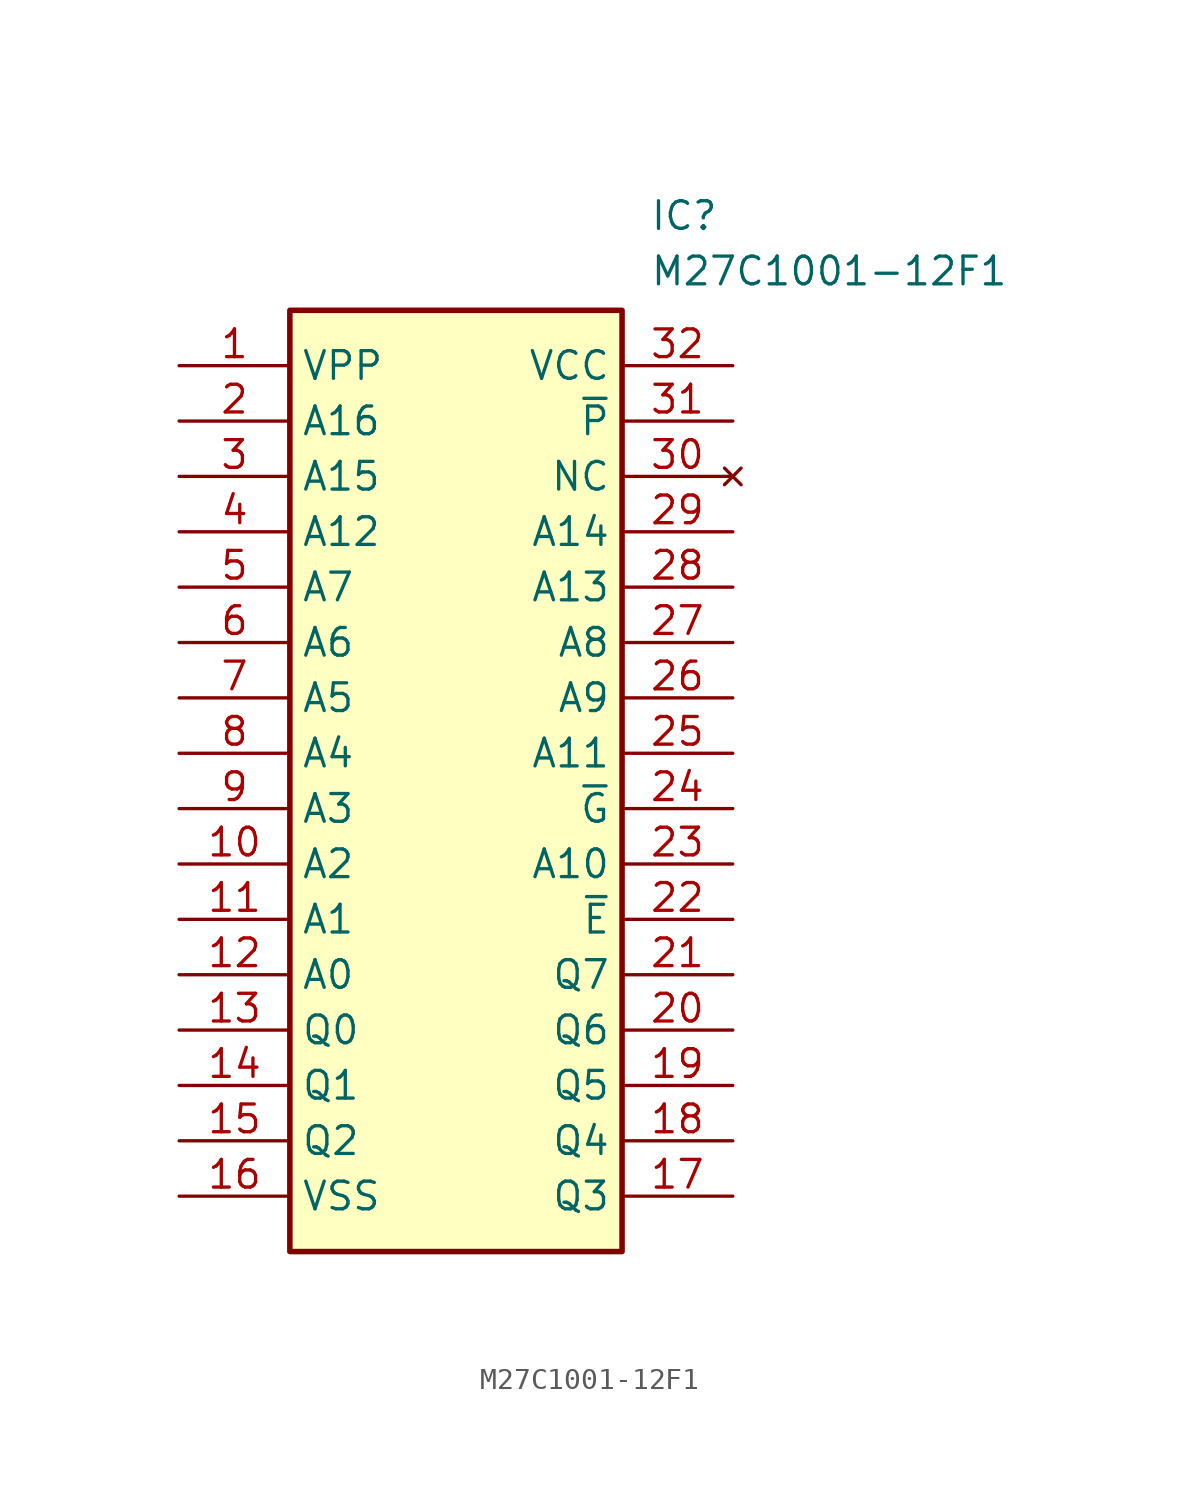
<source format=kicad_sym>
(kicad_symbol_lib
  (version 20211014)
  (generator SamacSys_ECAD_Model)
  (symbol "M27C1001-12F1"
    (property "Reference" "IC"
      (at 21.59 7.62 0)
      (effects (font (size 1.27 1.27)) (justify left top)))
    (property "Value" "M27C1001-12F1"
      (at 21.59 5.08 0)
      (effects (font (size 1.27 1.27)) (justify left top)))
    (rectangle
      (start 5.08 2.54)
      (end 20.32 -40.64)
      (stroke (width 0.254) (type default))
      (fill (type background)))
    (pin passive line
      (at 0 0 0)
      (length 5.08)
      (name "VPP" (effects (font (size 1.27 1.27))))
      (number "1" (effects (font (size 1.27 1.27)))))
    (pin passive line
      (at 0 -2.54 0)
      (length 5.08)
      (name "A16" (effects (font (size 1.27 1.27))))
      (number "2" (effects (font (size 1.27 1.27)))))
    (pin passive line
      (at 0 -5.08 0)
      (length 5.08)
      (name "A15" (effects (font (size 1.27 1.27))))
      (number "3" (effects (font (size 1.27 1.27)))))
    (pin passive line
      (at 0 -7.62 0)
      (length 5.08)
      (name "A12" (effects (font (size 1.27 1.27))))
      (number "4" (effects (font (size 1.27 1.27)))))
    (pin passive line
      (at 0 -10.16 0)
      (length 5.08)
      (name "A7" (effects (font (size 1.27 1.27))))
      (number "5" (effects (font (size 1.27 1.27)))))
    (pin passive line
      (at 0 -12.7 0)
      (length 5.08)
      (name "A6" (effects (font (size 1.27 1.27))))
      (number "6" (effects (font (size 1.27 1.27)))))
    (pin passive line
      (at 0 -15.24 0)
      (length 5.08)
      (name "A5" (effects (font (size 1.27 1.27))))
      (number "7" (effects (font (size 1.27 1.27)))))
    (pin passive line
      (at 0 -17.78 0)
      (length 5.08)
      (name "A4" (effects (font (size 1.27 1.27))))
      (number "8" (effects (font (size 1.27 1.27)))))
    (pin passive line
      (at 0 -20.32 0)
      (length 5.08)
      (name "A3" (effects (font (size 1.27 1.27))))
      (number "9" (effects (font (size 1.27 1.27)))))
    (pin passive line
      (at 0 -22.86 0)
      (length 5.08)
      (name "A2" (effects (font (size 1.27 1.27))))
      (number "10" (effects (font (size 1.27 1.27)))))
    (pin passive line
      (at 0 -25.4 0)
      (length 5.08)
      (name "A1" (effects (font (size 1.27 1.27))))
      (number "11" (effects (font (size 1.27 1.27)))))
    (pin passive line
      (at 0 -27.94 0)
      (length 5.08)
      (name "A0" (effects (font (size 1.27 1.27))))
      (number "12" (effects (font (size 1.27 1.27)))))
    (pin passive line
      (at 0 -30.48 0)
      (length 5.08)
      (name "Q0" (effects (font (size 1.27 1.27))))
      (number "13" (effects (font (size 1.27 1.27)))))
    (pin passive line
      (at 0 -33.02 0)
      (length 5.08)
      (name "Q1" (effects (font (size 1.27 1.27))))
      (number "14" (effects (font (size 1.27 1.27)))))
    (pin passive line
      (at 0 -35.56 0)
      (length 5.08)
      (name "Q2" (effects (font (size 1.27 1.27))))
      (number "15" (effects (font (size 1.27 1.27)))))
    (pin passive line
      (at 0 -38.1 0)
      (length 5.08)
      (name "VSS" (effects (font (size 1.27 1.27))))
      (number "16" (effects (font (size 1.27 1.27)))))
    (pin passive line
      (at 25.4 0 180)
      (length 5.08)
      (name "VCC" (effects (font (size 1.27 1.27))))
      (number "32" (effects (font (size 1.27 1.27)))))
    (pin passive line
      (at 25.4 -2.54 180)
      (length 5.08)
      (name "~{P}" (effects (font (size 1.27 1.27))))
      (number "31" (effects (font (size 1.27 1.27)))))
    (pin no_connect line
      (at 25.4 -5.08 180)
      (length 5.08)
      (name "NC" (effects (font (size 1.27 1.27))))
      (number "30" (effects (font (size 1.27 1.27)))))
    (pin passive line
      (at 25.4 -7.62 180)
      (length 5.08)
      (name "A14" (effects (font (size 1.27 1.27))))
      (number "29" (effects (font (size 1.27 1.27)))))
    (pin passive line
      (at 25.4 -10.16 180)
      (length 5.08)
      (name "A13" (effects (font (size 1.27 1.27))))
      (number "28" (effects (font (size 1.27 1.27)))))
    (pin passive line
      (at 25.4 -12.7 180)
      (length 5.08)
      (name "A8" (effects (font (size 1.27 1.27))))
      (number "27" (effects (font (size 1.27 1.27)))))
    (pin passive line
      (at 25.4 -15.24 180)
      (length 5.08)
      (name "A9" (effects (font (size 1.27 1.27))))
      (number "26" (effects (font (size 1.27 1.27)))))
    (pin passive line
      (at 25.4 -17.78 180)
      (length 5.08)
      (name "A11" (effects (font (size 1.27 1.27))))
      (number "25" (effects (font (size 1.27 1.27)))))
    (pin passive line
      (at 25.4 -20.32 180)
      (length 5.08)
      (name "~{G}" (effects (font (size 1.27 1.27))))
      (number "24" (effects (font (size 1.27 1.27)))))
    (pin passive line
      (at 25.4 -22.86 180)
      (length 5.08)
      (name "A10" (effects (font (size 1.27 1.27))))
      (number "23" (effects (font (size 1.27 1.27)))))
    (pin passive line
      (at 25.4 -25.4 180)
      (length 5.08)
      (name "~{E}" (effects (font (size 1.27 1.27))))
      (number "22" (effects (font (size 1.27 1.27)))))
    (pin passive line
      (at 25.4 -27.94 180)
      (length 5.08)
      (name "Q7" (effects (font (size 1.27 1.27))))
      (number "21" (effects (font (size 1.27 1.27)))))
    (pin passive line
      (at 25.4 -30.48 180)
      (length 5.08)
      (name "Q6" (effects (font (size 1.27 1.27))))
      (number "20" (effects (font (size 1.27 1.27)))))
    (pin passive line
      (at 25.4 -33.02 180)
      (length 5.08)
      (name "Q5" (effects (font (size 1.27 1.27))))
      (number "19" (effects (font (size 1.27 1.27)))))
    (pin passive line
      (at 25.4 -35.56 180)
      (length 5.08)
      (name "Q4" (effects (font (size 1.27 1.27))))
      (number "18" (effects (font (size 1.27 1.27)))))
    (pin passive line
      (at 25.4 -38.1 180)
      (length 5.08)
      (name "Q3" (effects (font (size 1.27 1.27))))
      (number "17" (effects (font (size 1.27 1.27)))))))
</source>
